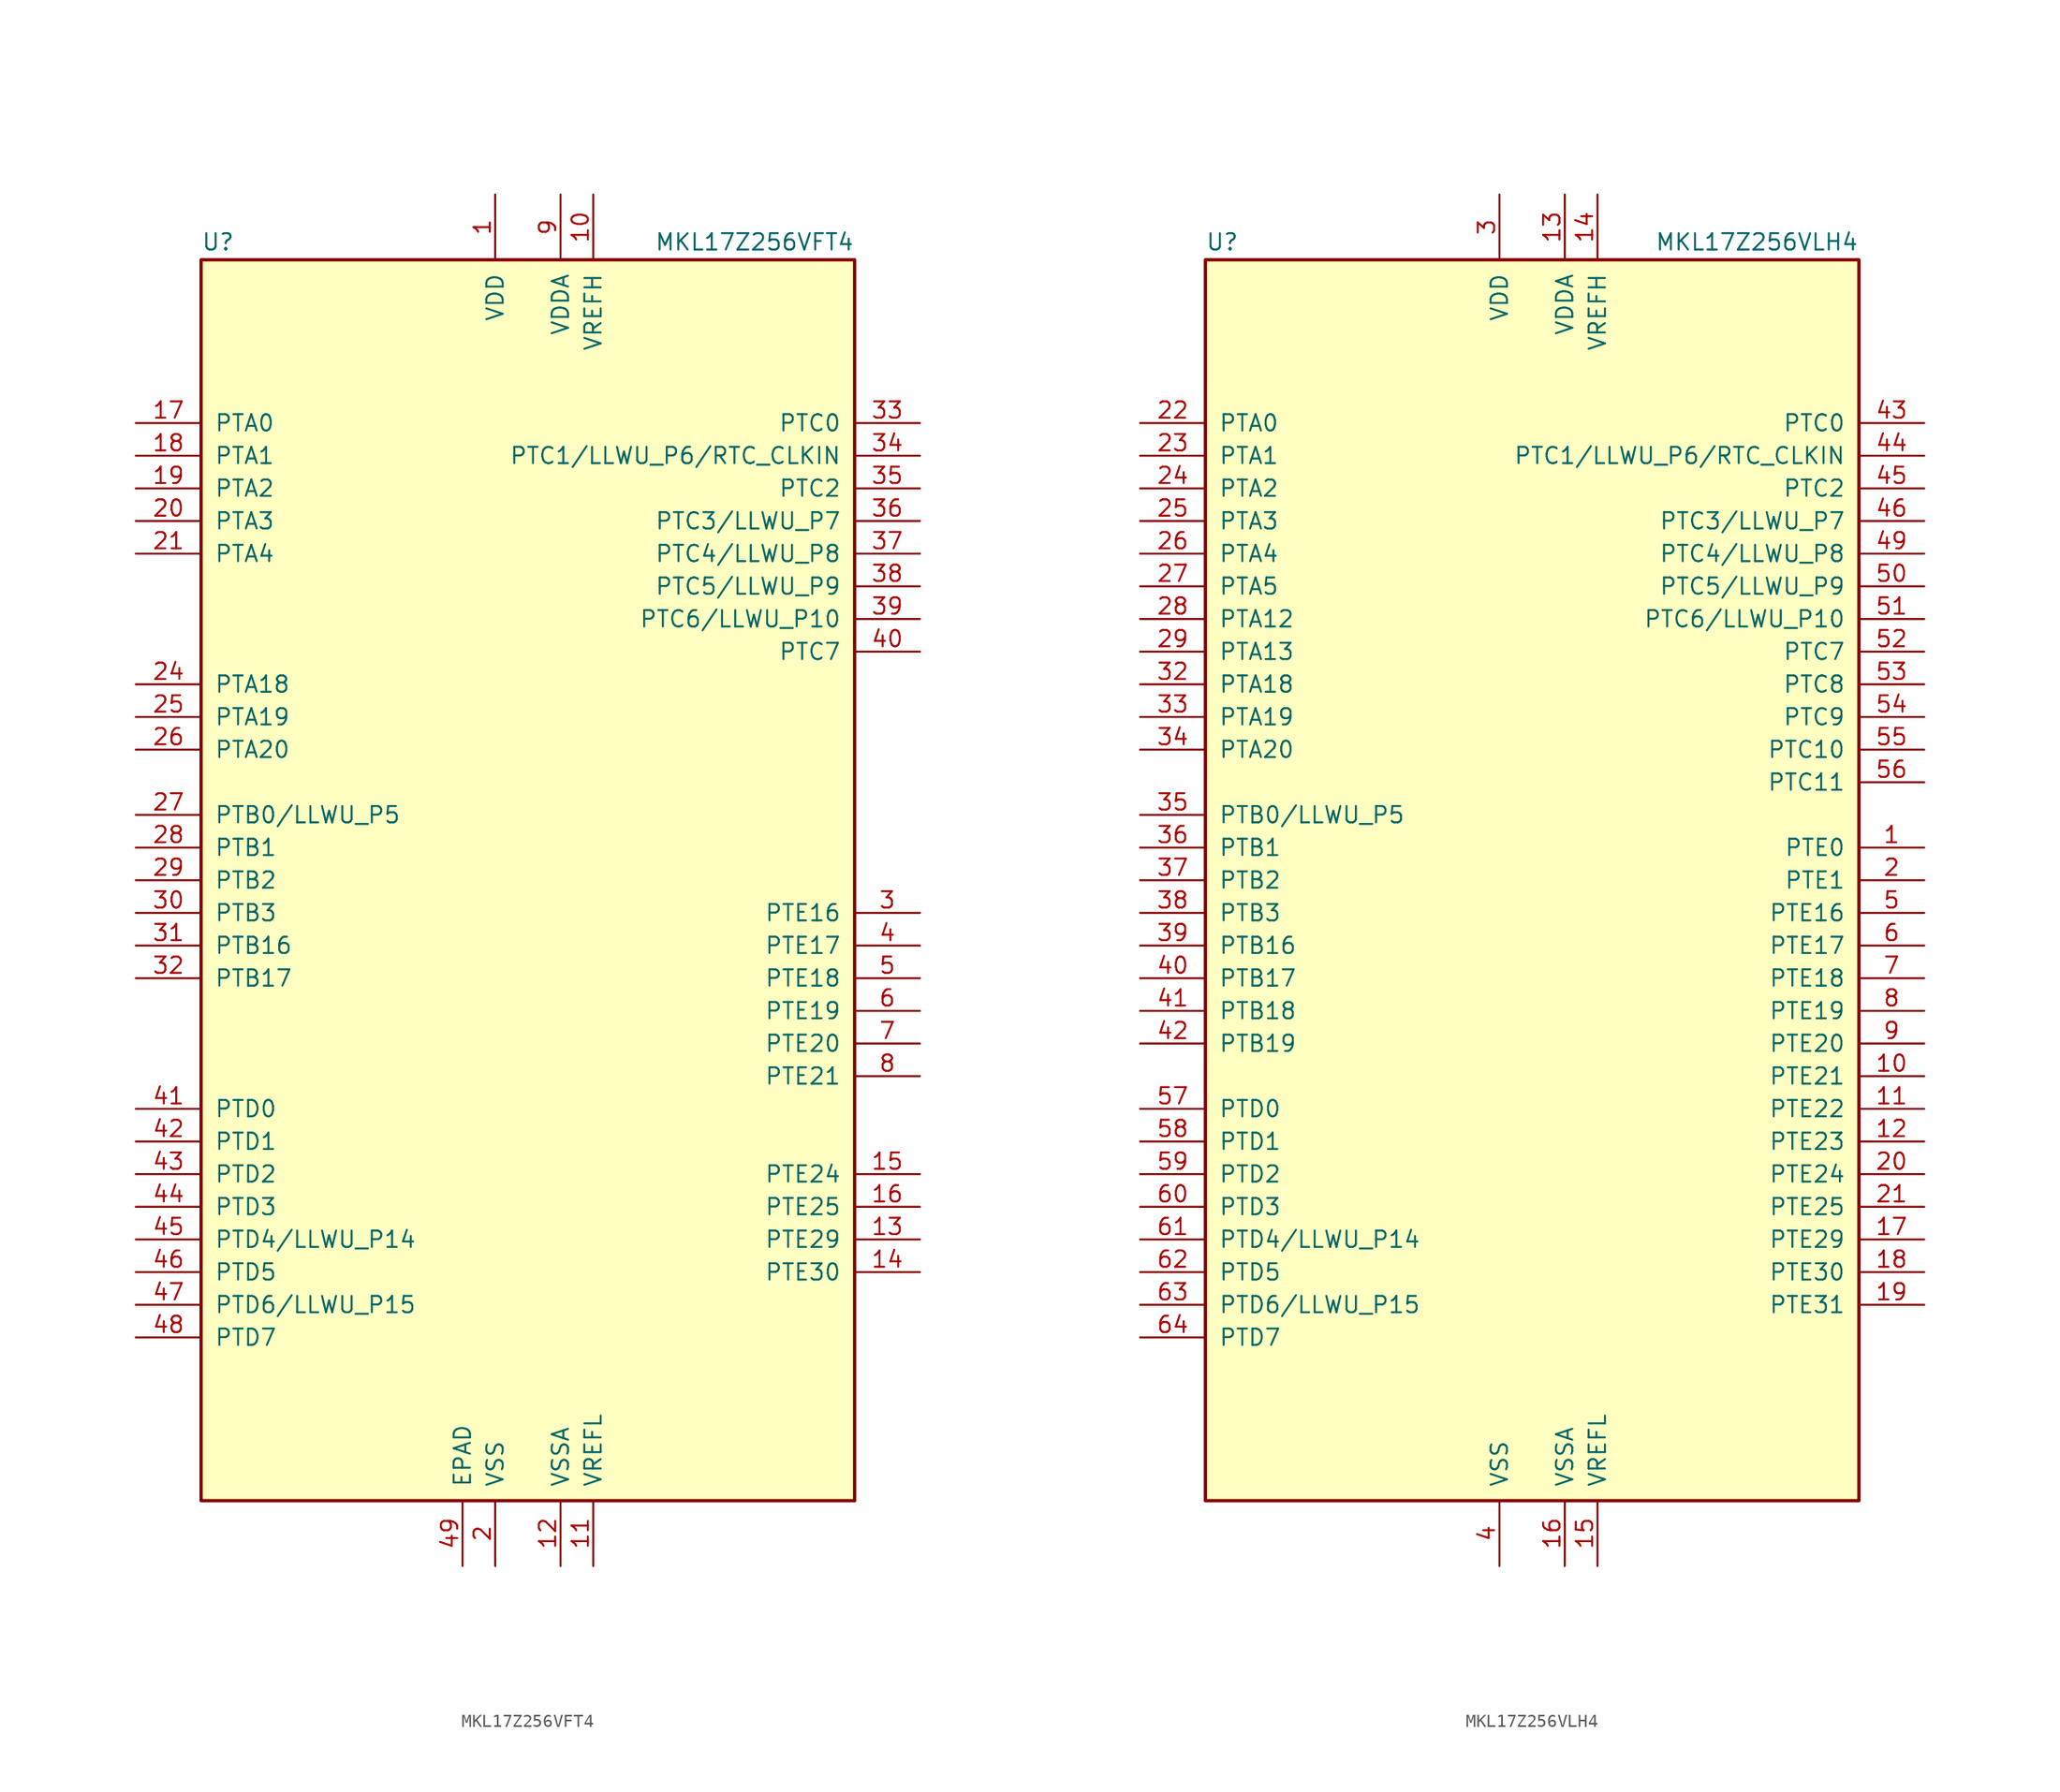
<source format=kicad_sym>
(kicad_symbol_lib
  (version 20211014)
  (generator kicad_symbol_editor)
  (symbol "MKL17Z256VFT4"
    (pin_names
      (offset 1.016))
    (property "Reference" "U"
      (at -25.4 48.895 0)
      (effects (font (size 1.27 1.27)) (justify left bottom)))
    (property "Value" "MKL17Z256VFT4"
      (at 25.4 48.895 0)
      (effects (font (size 1.27 1.27)) (justify right bottom)))
    (symbol "MKL17Z256VFT4_0_1"
      (rectangle (start -25.4 48.26) (end 25.4 -48.26) (stroke (width 0.254) (type default) (color 0 0 0 0)) (fill (type background))))
    (symbol "MKL17Z256VFT4_1_1"
      (pin power_in line (at -2.54 53.34 270) (length 5.08) (name "VDD" (effects (font (size 1.27 1.27)))) (number "1" (effects (font (size 1.27 1.27)))))
      (pin power_in line (at 5.08 53.34 270) (length 5.08) (name "VREFH" (effects (font (size 1.27 1.27)))) (number "10" (effects (font (size 1.27 1.27)))))
      (pin power_in line (at 5.08 -53.34 90) (length 5.08) (name "VREFL" (effects (font (size 1.27 1.27)))) (number "11" (effects (font (size 1.27 1.27)))))
      (pin power_in line (at 2.54 -53.34 90) (length 5.08) (name "VSSA" (effects (font (size 1.27 1.27)))) (number "12" (effects (font (size 1.27 1.27)))))
      (pin bidirectional line (at 30.48 -27.94 180) (length 5.08) (name "PTE29" (effects (font (size 1.27 1.27)))) (number "13" (effects (font (size 1.27 1.27)))))
      (pin bidirectional line (at 30.48 -30.48 180) (length 5.08) (name "PTE30" (effects (font (size 1.27 1.27)))) (number "14" (effects (font (size 1.27 1.27)))))
      (pin bidirectional line (at 30.48 -22.86 180) (length 5.08) (name "PTE24" (effects (font (size 1.27 1.27)))) (number "15" (effects (font (size 1.27 1.27)))))
      (pin bidirectional line (at 30.48 -25.4 180) (length 5.08) (name "PTE25" (effects (font (size 1.27 1.27)))) (number "16" (effects (font (size 1.27 1.27)))))
      (pin bidirectional line (at -30.48 35.56 0) (length 5.08) (name "PTA0" (effects (font (size 1.27 1.27)))) (number "17" (effects (font (size 1.27 1.27)))))
      (pin bidirectional line (at -30.48 33.02 0) (length 5.08) (name "PTA1" (effects (font (size 1.27 1.27)))) (number "18" (effects (font (size 1.27 1.27)))))
      (pin bidirectional line (at -30.48 30.48 0) (length 5.08) (name "PTA2" (effects (font (size 1.27 1.27)))) (number "19" (effects (font (size 1.27 1.27)))))
      (pin power_in line (at -2.54 -53.34 90) (length 5.08) (name "VSS" (effects (font (size 1.27 1.27)))) (number "2" (effects (font (size 1.27 1.27)))))
      (pin bidirectional line (at -30.48 27.94 0) (length 5.08) (name "PTA3" (effects (font (size 1.27 1.27)))) (number "20" (effects (font (size 1.27 1.27)))))
      (pin bidirectional line (at -30.48 25.4 0) (length 5.08) (name "PTA4" (effects (font (size 1.27 1.27)))) (number "21" (effects (font (size 1.27 1.27)))))
      (pin passive line (at -2.54 53.34 270) (length 5.08) hide (name "VDD" (effects (font (size 1.27 1.27)))) (number "22" (effects (font (size 1.27 1.27)))))
      (pin passive line (at -2.54 -53.34 90) (length 5.08) hide (name "VSS" (effects (font (size 1.27 1.27)))) (number "23" (effects (font (size 1.27 1.27)))))
      (pin bidirectional line (at -30.48 15.24 0) (length 5.08) (name "PTA18" (effects (font (size 1.27 1.27)))) (number "24" (effects (font (size 1.27 1.27)))))
      (pin bidirectional line (at -30.48 12.7 0) (length 5.08) (name "PTA19" (effects (font (size 1.27 1.27)))) (number "25" (effects (font (size 1.27 1.27)))))
      (pin bidirectional line (at -30.48 10.16 0) (length 5.08) (name "PTA20" (effects (font (size 1.27 1.27)))) (number "26" (effects (font (size 1.27 1.27)))))
      (pin bidirectional line (at -30.48 5.08 0) (length 5.08) (name "PTB0/LLWU_P5" (effects (font (size 1.27 1.27)))) (number "27" (effects (font (size 1.27 1.27)))))
      (pin bidirectional line (at -30.48 2.54 0) (length 5.08) (name "PTB1" (effects (font (size 1.27 1.27)))) (number "28" (effects (font (size 1.27 1.27)))))
      (pin bidirectional line (at -30.48 0 0) (length 5.08) (name "PTB2" (effects (font (size 1.27 1.27)))) (number "29" (effects (font (size 1.27 1.27)))))
      (pin bidirectional line (at 30.48 -2.54 180) (length 5.08) (name "PTE16" (effects (font (size 1.27 1.27)))) (number "3" (effects (font (size 1.27 1.27)))))
      (pin bidirectional line (at -30.48 -2.54 0) (length 5.08) (name "PTB3" (effects (font (size 1.27 1.27)))) (number "30" (effects (font (size 1.27 1.27)))))
      (pin bidirectional line (at -30.48 -5.08 0) (length 5.08) (name "PTB16" (effects (font (size 1.27 1.27)))) (number "31" (effects (font (size 1.27 1.27)))))
      (pin bidirectional line (at -30.48 -7.62 0) (length 5.08) (name "PTB17" (effects (font (size 1.27 1.27)))) (number "32" (effects (font (size 1.27 1.27)))))
      (pin bidirectional line (at 30.48 35.56 180) (length 5.08) (name "PTC0" (effects (font (size 1.27 1.27)))) (number "33" (effects (font (size 1.27 1.27)))))
      (pin bidirectional line (at 30.48 33.02 180) (length 5.08) (name "PTC1/LLWU_P6/RTC_CLKIN" (effects (font (size 1.27 1.27)))) (number "34" (effects (font (size 1.27 1.27)))))
      (pin bidirectional line (at 30.48 30.48 180) (length 5.08) (name "PTC2" (effects (font (size 1.27 1.27)))) (number "35" (effects (font (size 1.27 1.27)))))
      (pin bidirectional line (at 30.48 27.94 180) (length 5.08) (name "PTC3/LLWU_P7" (effects (font (size 1.27 1.27)))) (number "36" (effects (font (size 1.27 1.27)))))
      (pin bidirectional line (at 30.48 25.4 180) (length 5.08) (name "PTC4/LLWU_P8" (effects (font (size 1.27 1.27)))) (number "37" (effects (font (size 1.27 1.27)))))
      (pin bidirectional line (at 30.48 22.86 180) (length 5.08) (name "PTC5/LLWU_P9" (effects (font (size 1.27 1.27)))) (number "38" (effects (font (size 1.27 1.27)))))
      (pin bidirectional line (at 30.48 20.32 180) (length 5.08) (name "PTC6/LLWU_P10" (effects (font (size 1.27 1.27)))) (number "39" (effects (font (size 1.27 1.27)))))
      (pin bidirectional line (at 30.48 -5.08 180) (length 5.08) (name "PTE17" (effects (font (size 1.27 1.27)))) (number "4" (effects (font (size 1.27 1.27)))))
      (pin bidirectional line (at 30.48 17.78 180) (length 5.08) (name "PTC7" (effects (font (size 1.27 1.27)))) (number "40" (effects (font (size 1.27 1.27)))))
      (pin bidirectional line (at -30.48 -17.78 0) (length 5.08) (name "PTD0" (effects (font (size 1.27 1.27)))) (number "41" (effects (font (size 1.27 1.27)))))
      (pin bidirectional line (at -30.48 -20.32 0) (length 5.08) (name "PTD1" (effects (font (size 1.27 1.27)))) (number "42" (effects (font (size 1.27 1.27)))))
      (pin bidirectional line (at -30.48 -22.86 0) (length 5.08) (name "PTD2" (effects (font (size 1.27 1.27)))) (number "43" (effects (font (size 1.27 1.27)))))
      (pin bidirectional line (at -30.48 -25.4 0) (length 5.08) (name "PTD3" (effects (font (size 1.27 1.27)))) (number "44" (effects (font (size 1.27 1.27)))))
      (pin bidirectional line (at -30.48 -27.94 0) (length 5.08) (name "PTD4/LLWU_P14" (effects (font (size 1.27 1.27)))) (number "45" (effects (font (size 1.27 1.27)))))
      (pin bidirectional line (at -30.48 -30.48 0) (length 5.08) (name "PTD5" (effects (font (size 1.27 1.27)))) (number "46" (effects (font (size 1.27 1.27)))))
      (pin bidirectional line (at -30.48 -33.02 0) (length 5.08) (name "PTD6/LLWU_P15" (effects (font (size 1.27 1.27)))) (number "47" (effects (font (size 1.27 1.27)))))
      (pin bidirectional line (at -30.48 -35.56 0) (length 5.08) (name "PTD7" (effects (font (size 1.27 1.27)))) (number "48" (effects (font (size 1.27 1.27)))))
      (pin power_in line (at -5.08 -53.34 90) (length 5.08) (name "EPAD" (effects (font (size 1.27 1.27)))) (number "49" (effects (font (size 1.27 1.27)))))
      (pin bidirectional line (at 30.48 -7.62 180) (length 5.08) (name "PTE18" (effects (font (size 1.27 1.27)))) (number "5" (effects (font (size 1.27 1.27)))))
      (pin bidirectional line (at 30.48 -10.16 180) (length 5.08) (name "PTE19" (effects (font (size 1.27 1.27)))) (number "6" (effects (font (size 1.27 1.27)))))
      (pin bidirectional line (at 30.48 -12.7 180) (length 5.08) (name "PTE20" (effects (font (size 1.27 1.27)))) (number "7" (effects (font (size 1.27 1.27)))))
      (pin bidirectional line (at 30.48 -15.24 180) (length 5.08) (name "PTE21" (effects (font (size 1.27 1.27)))) (number "8" (effects (font (size 1.27 1.27)))))
      (pin power_in line (at 2.54 53.34 270) (length 5.08) (name "VDDA" (effects (font (size 1.27 1.27)))) (number "9" (effects (font (size 1.27 1.27)))))))
  (symbol "MKL17Z256VLH4"
    (pin_names
      (offset 1.016))
    (property "Reference" "U"
      (at -25.4 48.895 0)
      (effects (font (size 1.27 1.27)) (justify left bottom)))
    (property "Value" "MKL17Z256VLH4"
      (at 25.4 48.895 0)
      (effects (font (size 1.27 1.27)) (justify right bottom)))
    (symbol "MKL17Z256VLH4_0_1"
      (rectangle (start -25.4 48.26) (end 25.4 -48.26) (stroke (width 0.254) (type default) (color 0 0 0 0)) (fill (type background))))
    (symbol "MKL17Z256VLH4_1_1"
      (pin bidirectional line (at 30.48 2.54 180) (length 5.08) (name "PTE0" (effects (font (size 1.27 1.27)))) (number "1" (effects (font (size 1.27 1.27)))))
      (pin bidirectional line (at 30.48 -15.24 180) (length 5.08) (name "PTE21" (effects (font (size 1.27 1.27)))) (number "10" (effects (font (size 1.27 1.27)))))
      (pin bidirectional line (at 30.48 -17.78 180) (length 5.08) (name "PTE22" (effects (font (size 1.27 1.27)))) (number "11" (effects (font (size 1.27 1.27)))))
      (pin bidirectional line (at 30.48 -20.32 180) (length 5.08) (name "PTE23" (effects (font (size 1.27 1.27)))) (number "12" (effects (font (size 1.27 1.27)))))
      (pin power_in line (at 2.54 53.34 270) (length 5.08) (name "VDDA" (effects (font (size 1.27 1.27)))) (number "13" (effects (font (size 1.27 1.27)))))
      (pin power_in line (at 5.08 53.34 270) (length 5.08) (name "VREFH" (effects (font (size 1.27 1.27)))) (number "14" (effects (font (size 1.27 1.27)))))
      (pin power_in line (at 5.08 -53.34 90) (length 5.08) (name "VREFL" (effects (font (size 1.27 1.27)))) (number "15" (effects (font (size 1.27 1.27)))))
      (pin power_in line (at 2.54 -53.34 90) (length 5.08) (name "VSSA" (effects (font (size 1.27 1.27)))) (number "16" (effects (font (size 1.27 1.27)))))
      (pin bidirectional line (at 30.48 -27.94 180) (length 5.08) (name "PTE29" (effects (font (size 1.27 1.27)))) (number "17" (effects (font (size 1.27 1.27)))))
      (pin bidirectional line (at 30.48 -30.48 180) (length 5.08) (name "PTE30" (effects (font (size 1.27 1.27)))) (number "18" (effects (font (size 1.27 1.27)))))
      (pin bidirectional line (at 30.48 -33.02 180) (length 5.08) (name "PTE31" (effects (font (size 1.27 1.27)))) (number "19" (effects (font (size 1.27 1.27)))))
      (pin bidirectional line (at 30.48 0 180) (length 5.08) (name "PTE1" (effects (font (size 1.27 1.27)))) (number "2" (effects (font (size 1.27 1.27)))))
      (pin bidirectional line (at 30.48 -22.86 180) (length 5.08) (name "PTE24" (effects (font (size 1.27 1.27)))) (number "20" (effects (font (size 1.27 1.27)))))
      (pin bidirectional line (at 30.48 -25.4 180) (length 5.08) (name "PTE25" (effects (font (size 1.27 1.27)))) (number "21" (effects (font (size 1.27 1.27)))))
      (pin bidirectional line (at -30.48 35.56 0) (length 5.08) (name "PTA0" (effects (font (size 1.27 1.27)))) (number "22" (effects (font (size 1.27 1.27)))))
      (pin bidirectional line (at -30.48 33.02 0) (length 5.08) (name "PTA1" (effects (font (size 1.27 1.27)))) (number "23" (effects (font (size 1.27 1.27)))))
      (pin bidirectional line (at -30.48 30.48 0) (length 5.08) (name "PTA2" (effects (font (size 1.27 1.27)))) (number "24" (effects (font (size 1.27 1.27)))))
      (pin bidirectional line (at -30.48 27.94 0) (length 5.08) (name "PTA3" (effects (font (size 1.27 1.27)))) (number "25" (effects (font (size 1.27 1.27)))))
      (pin bidirectional line (at -30.48 25.4 0) (length 5.08) (name "PTA4" (effects (font (size 1.27 1.27)))) (number "26" (effects (font (size 1.27 1.27)))))
      (pin bidirectional line (at -30.48 22.86 0) (length 5.08) (name "PTA5" (effects (font (size 1.27 1.27)))) (number "27" (effects (font (size 1.27 1.27)))))
      (pin bidirectional line (at -30.48 20.32 0) (length 5.08) (name "PTA12" (effects (font (size 1.27 1.27)))) (number "28" (effects (font (size 1.27 1.27)))))
      (pin bidirectional line (at -30.48 17.78 0) (length 5.08) (name "PTA13" (effects (font (size 1.27 1.27)))) (number "29" (effects (font (size 1.27 1.27)))))
      (pin power_in line (at -2.54 53.34 270) (length 5.08) (name "VDD" (effects (font (size 1.27 1.27)))) (number "3" (effects (font (size 1.27 1.27)))))
      (pin passive line (at -2.54 53.34 270) (length 5.08) hide (name "VDD" (effects (font (size 1.27 1.27)))) (number "30" (effects (font (size 1.27 1.27)))))
      (pin passive line (at -2.54 -53.34 90) (length 5.08) hide (name "VSS" (effects (font (size 1.27 1.27)))) (number "31" (effects (font (size 1.27 1.27)))))
      (pin bidirectional line (at -30.48 15.24 0) (length 5.08) (name "PTA18" (effects (font (size 1.27 1.27)))) (number "32" (effects (font (size 1.27 1.27)))))
      (pin bidirectional line (at -30.48 12.7 0) (length 5.08) (name "PTA19" (effects (font (size 1.27 1.27)))) (number "33" (effects (font (size 1.27 1.27)))))
      (pin bidirectional line (at -30.48 10.16 0) (length 5.08) (name "PTA20" (effects (font (size 1.27 1.27)))) (number "34" (effects (font (size 1.27 1.27)))))
      (pin bidirectional line (at -30.48 5.08 0) (length 5.08) (name "PTB0/LLWU_P5" (effects (font (size 1.27 1.27)))) (number "35" (effects (font (size 1.27 1.27)))))
      (pin bidirectional line (at -30.48 2.54 0) (length 5.08) (name "PTB1" (effects (font (size 1.27 1.27)))) (number "36" (effects (font (size 1.27 1.27)))))
      (pin bidirectional line (at -30.48 0 0) (length 5.08) (name "PTB2" (effects (font (size 1.27 1.27)))) (number "37" (effects (font (size 1.27 1.27)))))
      (pin bidirectional line (at -30.48 -2.54 0) (length 5.08) (name "PTB3" (effects (font (size 1.27 1.27)))) (number "38" (effects (font (size 1.27 1.27)))))
      (pin bidirectional line (at -30.48 -5.08 0) (length 5.08) (name "PTB16" (effects (font (size 1.27 1.27)))) (number "39" (effects (font (size 1.27 1.27)))))
      (pin power_in line (at -2.54 -53.34 90) (length 5.08) (name "VSS" (effects (font (size 1.27 1.27)))) (number "4" (effects (font (size 1.27 1.27)))))
      (pin bidirectional line (at -30.48 -7.62 0) (length 5.08) (name "PTB17" (effects (font (size 1.27 1.27)))) (number "40" (effects (font (size 1.27 1.27)))))
      (pin bidirectional line (at -30.48 -10.16 0) (length 5.08) (name "PTB18" (effects (font (size 1.27 1.27)))) (number "41" (effects (font (size 1.27 1.27)))))
      (pin bidirectional line (at -30.48 -12.7 0) (length 5.08) (name "PTB19" (effects (font (size 1.27 1.27)))) (number "42" (effects (font (size 1.27 1.27)))))
      (pin bidirectional line (at 30.48 35.56 180) (length 5.08) (name "PTC0" (effects (font (size 1.27 1.27)))) (number "43" (effects (font (size 1.27 1.27)))))
      (pin bidirectional line (at 30.48 33.02 180) (length 5.08) (name "PTC1/LLWU_P6/RTC_CLKIN" (effects (font (size 1.27 1.27)))) (number "44" (effects (font (size 1.27 1.27)))))
      (pin bidirectional line (at 30.48 30.48 180) (length 5.08) (name "PTC2" (effects (font (size 1.27 1.27)))) (number "45" (effects (font (size 1.27 1.27)))))
      (pin bidirectional line (at 30.48 27.94 180) (length 5.08) (name "PTC3/LLWU_P7" (effects (font (size 1.27 1.27)))) (number "46" (effects (font (size 1.27 1.27)))))
      (pin passive line (at -2.54 -53.34 90) (length 5.08) hide (name "VSS" (effects (font (size 1.27 1.27)))) (number "47" (effects (font (size 1.27 1.27)))))
      (pin passive line (at -2.54 53.34 270) (length 5.08) hide (name "VDD" (effects (font (size 1.27 1.27)))) (number "48" (effects (font (size 1.27 1.27)))))
      (pin bidirectional line (at 30.48 25.4 180) (length 5.08) (name "PTC4/LLWU_P8" (effects (font (size 1.27 1.27)))) (number "49" (effects (font (size 1.27 1.27)))))
      (pin bidirectional line (at 30.48 -2.54 180) (length 5.08) (name "PTE16" (effects (font (size 1.27 1.27)))) (number "5" (effects (font (size 1.27 1.27)))))
      (pin bidirectional line (at 30.48 22.86 180) (length 5.08) (name "PTC5/LLWU_P9" (effects (font (size 1.27 1.27)))) (number "50" (effects (font (size 1.27 1.27)))))
      (pin bidirectional line (at 30.48 20.32 180) (length 5.08) (name "PTC6/LLWU_P10" (effects (font (size 1.27 1.27)))) (number "51" (effects (font (size 1.27 1.27)))))
      (pin bidirectional line (at 30.48 17.78 180) (length 5.08) (name "PTC7" (effects (font (size 1.27 1.27)))) (number "52" (effects (font (size 1.27 1.27)))))
      (pin bidirectional line (at 30.48 15.24 180) (length 5.08) (name "PTC8" (effects (font (size 1.27 1.27)))) (number "53" (effects (font (size 1.27 1.27)))))
      (pin bidirectional line (at 30.48 12.7 180) (length 5.08) (name "PTC9" (effects (font (size 1.27 1.27)))) (number "54" (effects (font (size 1.27 1.27)))))
      (pin bidirectional line (at 30.48 10.16 180) (length 5.08) (name "PTC10" (effects (font (size 1.27 1.27)))) (number "55" (effects (font (size 1.27 1.27)))))
      (pin bidirectional line (at 30.48 7.62 180) (length 5.08) (name "PTC11" (effects (font (size 1.27 1.27)))) (number "56" (effects (font (size 1.27 1.27)))))
      (pin bidirectional line (at -30.48 -17.78 0) (length 5.08) (name "PTD0" (effects (font (size 1.27 1.27)))) (number "57" (effects (font (size 1.27 1.27)))))
      (pin bidirectional line (at -30.48 -20.32 0) (length 5.08) (name "PTD1" (effects (font (size 1.27 1.27)))) (number "58" (effects (font (size 1.27 1.27)))))
      (pin bidirectional line (at -30.48 -22.86 0) (length 5.08) (name "PTD2" (effects (font (size 1.27 1.27)))) (number "59" (effects (font (size 1.27 1.27)))))
      (pin bidirectional line (at 30.48 -5.08 180) (length 5.08) (name "PTE17" (effects (font (size 1.27 1.27)))) (number "6" (effects (font (size 1.27 1.27)))))
      (pin bidirectional line (at -30.48 -25.4 0) (length 5.08) (name "PTD3" (effects (font (size 1.27 1.27)))) (number "60" (effects (font (size 1.27 1.27)))))
      (pin bidirectional line (at -30.48 -27.94 0) (length 5.08) (name "PTD4/LLWU_P14" (effects (font (size 1.27 1.27)))) (number "61" (effects (font (size 1.27 1.27)))))
      (pin bidirectional line (at -30.48 -30.48 0) (length 5.08) (name "PTD5" (effects (font (size 1.27 1.27)))) (number "62" (effects (font (size 1.27 1.27)))))
      (pin bidirectional line (at -30.48 -33.02 0) (length 5.08) (name "PTD6/LLWU_P15" (effects (font (size 1.27 1.27)))) (number "63" (effects (font (size 1.27 1.27)))))
      (pin bidirectional line (at -30.48 -35.56 0) (length 5.08) (name "PTD7" (effects (font (size 1.27 1.27)))) (number "64" (effects (font (size 1.27 1.27)))))
      (pin bidirectional line (at 30.48 -7.62 180) (length 5.08) (name "PTE18" (effects (font (size 1.27 1.27)))) (number "7" (effects (font (size 1.27 1.27)))))
      (pin bidirectional line (at 30.48 -10.16 180) (length 5.08) (name "PTE19" (effects (font (size 1.27 1.27)))) (number "8" (effects (font (size 1.27 1.27)))))
      (pin bidirectional line (at 30.48 -12.7 180) (length 5.08) (name "PTE20" (effects (font (size 1.27 1.27)))) (number "9" (effects (font (size 1.27 1.27))))))))
</source>
